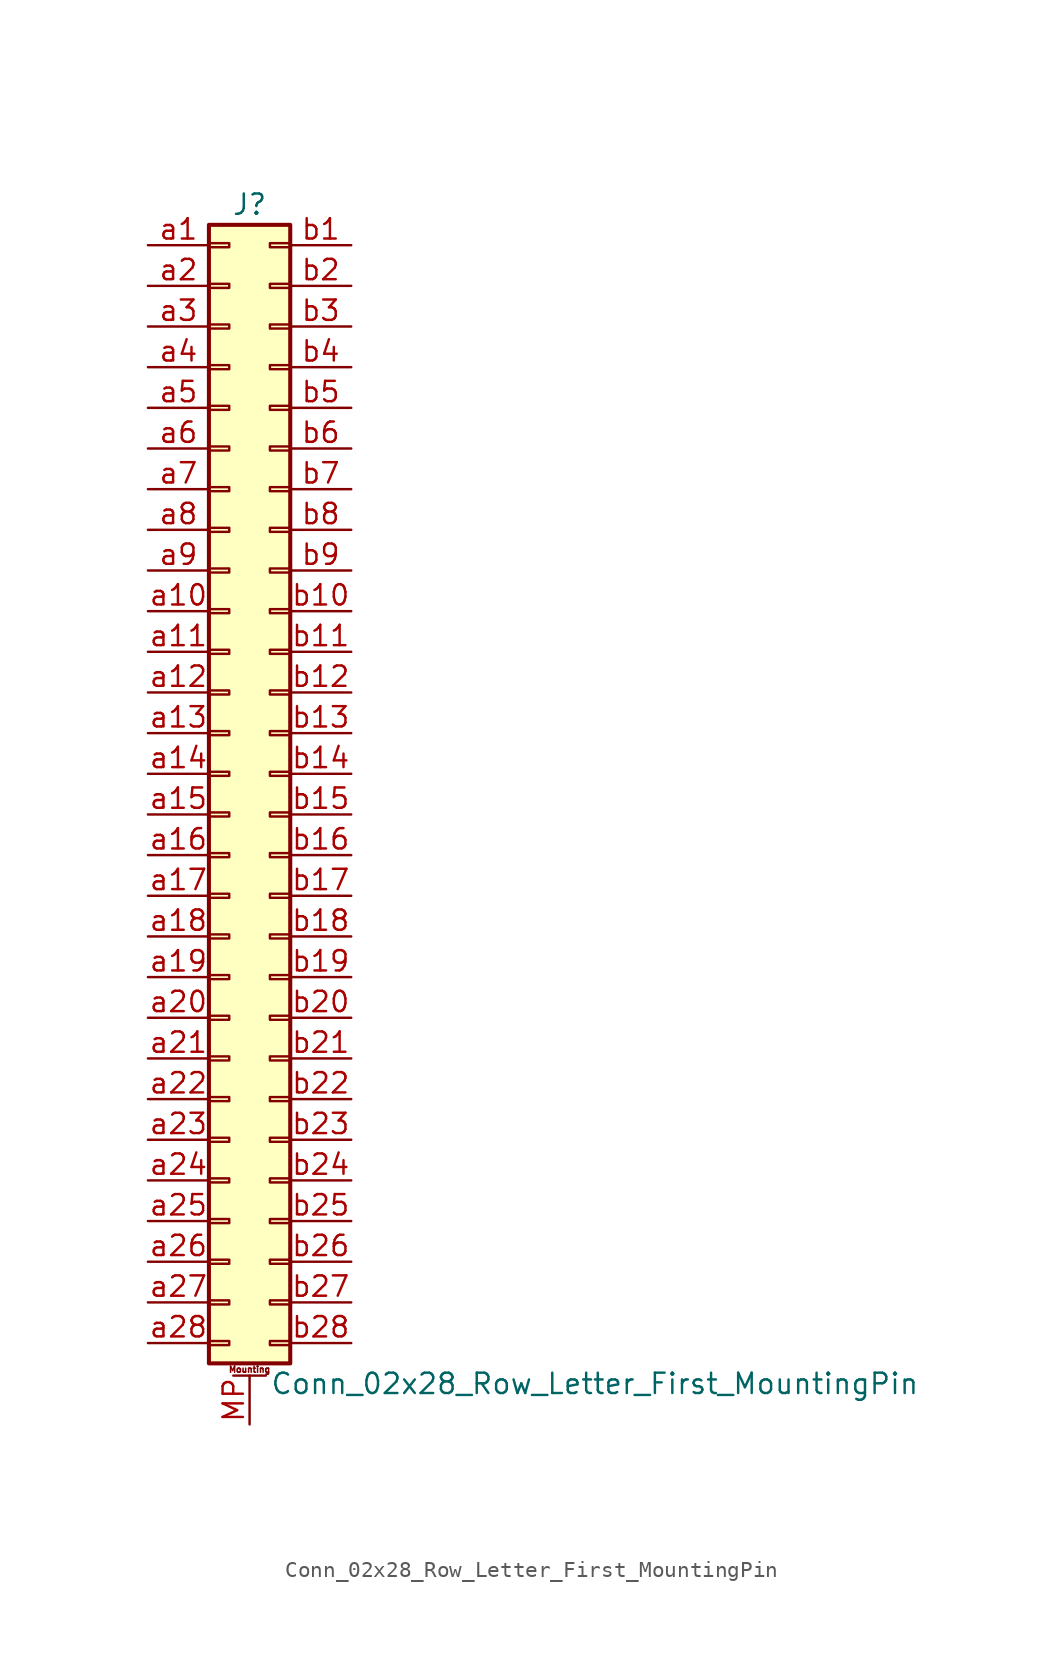
<source format=kicad_sym>
(kicad_symbol_lib
  (version 20201005)
  (generator kicad_symbol_editor)
  (symbol "Conn_02x28_Row_Letter_First_MountingPin"
    (pin_names
      (offset 1.016) hide)
    (property "Reference" "J"
      (at 1.27 35.56 0)
      (effects (font (size 1.27 1.27))))
    (property "Value" "Conn_02x28_Row_Letter_First_MountingPin"
      (at 2.54 -38.1 0)
      (effects (font (size 1.27 1.27)) (justify left)))
    (symbol "Conn_02x28_Row_Letter_First_MountingPin_1_1"
      (text "Mounting" (at 1.27 -37.211 0) (effects (font (size 0.381 0.381))))
      (rectangle (start -1.27 -35.433) (end 0 -35.687) (stroke (width 0.152)) (fill (type none)))
      (rectangle (start -1.27 -32.893) (end 0 -33.147) (stroke (width 0.152)) (fill (type none)))
      (rectangle (start -1.27 -30.353) (end 0 -30.607) (stroke (width 0.152)) (fill (type none)))
      (rectangle (start -1.27 -27.813) (end 0 -28.067) (stroke (width 0.152)) (fill (type none)))
      (rectangle (start -1.27 -25.273) (end 0 -25.527) (stroke (width 0.152)) (fill (type none)))
      (rectangle (start -1.27 -22.733) (end 0 -22.987) (stroke (width 0.152)) (fill (type none)))
      (rectangle (start -1.27 -20.193) (end 0 -20.447) (stroke (width 0.152)) (fill (type none)))
      (rectangle (start -1.27 -17.653) (end 0 -17.907) (stroke (width 0.152)) (fill (type none)))
      (rectangle (start -1.27 -15.113) (end 0 -15.367) (stroke (width 0.152)) (fill (type none)))
      (rectangle (start -1.27 -12.573) (end 0 -12.827) (stroke (width 0.152)) (fill (type none)))
      (rectangle (start -1.27 -10.033) (end 0 -10.287) (stroke (width 0.152)) (fill (type none)))
      (rectangle (start -1.27 -7.493) (end 0 -7.747) (stroke (width 0.152)) (fill (type none)))
      (rectangle (start -1.27 -4.953) (end 0 -5.207) (stroke (width 0.152)) (fill (type none)))
      (rectangle (start -1.27 -2.413) (end 0 -2.667) (stroke (width 0.152)) (fill (type none)))
      (rectangle (start -1.27 0.127) (end 0 -0.127) (stroke (width 0.152)) (fill (type none)))
      (rectangle (start -1.27 2.667) (end 0 2.413) (stroke (width 0.152)) (fill (type none)))
      (rectangle (start -1.27 5.207) (end 0 4.953) (stroke (width 0.152)) (fill (type none)))
      (rectangle (start -1.27 7.747) (end 0 7.493) (stroke (width 0.152)) (fill (type none)))
      (rectangle (start -1.27 10.287) (end 0 10.033) (stroke (width 0.152)) (fill (type none)))
      (rectangle (start -1.27 12.827) (end 0 12.573) (stroke (width 0.152)) (fill (type none)))
      (rectangle (start -1.27 15.367) (end 0 15.113) (stroke (width 0.152)) (fill (type none)))
      (rectangle (start -1.27 17.907) (end 0 17.653) (stroke (width 0.152)) (fill (type none)))
      (rectangle (start -1.27 20.447) (end 0 20.193) (stroke (width 0.152)) (fill (type none)))
      (rectangle (start -1.27 22.987) (end 0 22.733) (stroke (width 0.152)) (fill (type none)))
      (rectangle (start -1.27 25.527) (end 0 25.273) (stroke (width 0.152)) (fill (type none)))
      (rectangle (start -1.27 28.067) (end 0 27.813) (stroke (width 0.152)) (fill (type none)))
      (rectangle (start -1.27 30.607) (end 0 30.353) (stroke (width 0.152)) (fill (type none)))
      (rectangle (start -1.27 33.147) (end 0 32.893) (stroke (width 0.152)) (fill (type none)))
      (rectangle (start 3.81 -35.433) (end 2.54 -35.687) (stroke (width 0.152)) (fill (type none)))
      (rectangle (start 3.81 -32.893) (end 2.54 -33.147) (stroke (width 0.152)) (fill (type none)))
      (rectangle (start 3.81 -30.353) (end 2.54 -30.607) (stroke (width 0.152)) (fill (type none)))
      (rectangle (start 3.81 -27.813) (end 2.54 -28.067) (stroke (width 0.152)) (fill (type none)))
      (rectangle (start 3.81 -25.273) (end 2.54 -25.527) (stroke (width 0.152)) (fill (type none)))
      (rectangle (start 3.81 -22.733) (end 2.54 -22.987) (stroke (width 0.152)) (fill (type none)))
      (rectangle (start 3.81 -20.193) (end 2.54 -20.447) (stroke (width 0.152)) (fill (type none)))
      (rectangle (start 3.81 -17.653) (end 2.54 -17.907) (stroke (width 0.152)) (fill (type none)))
      (rectangle (start 3.81 -15.113) (end 2.54 -15.367) (stroke (width 0.152)) (fill (type none)))
      (rectangle (start 3.81 -12.573) (end 2.54 -12.827) (stroke (width 0.152)) (fill (type none)))
      (rectangle (start 3.81 -10.033) (end 2.54 -10.287) (stroke (width 0.152)) (fill (type none)))
      (rectangle (start 3.81 -7.493) (end 2.54 -7.747) (stroke (width 0.152)) (fill (type none)))
      (rectangle (start 3.81 -4.953) (end 2.54 -5.207) (stroke (width 0.152)) (fill (type none)))
      (rectangle (start 3.81 -2.413) (end 2.54 -2.667) (stroke (width 0.152)) (fill (type none)))
      (rectangle (start 3.81 0.127) (end 2.54 -0.127) (stroke (width 0.152)) (fill (type none)))
      (rectangle (start 3.81 2.667) (end 2.54 2.413) (stroke (width 0.152)) (fill (type none)))
      (rectangle (start 3.81 5.207) (end 2.54 4.953) (stroke (width 0.152)) (fill (type none)))
      (rectangle (start 3.81 7.747) (end 2.54 7.493) (stroke (width 0.152)) (fill (type none)))
      (rectangle (start 3.81 10.287) (end 2.54 10.033) (stroke (width 0.152)) (fill (type none)))
      (rectangle (start 3.81 12.827) (end 2.54 12.573) (stroke (width 0.152)) (fill (type none)))
      (rectangle (start 3.81 15.367) (end 2.54 15.113) (stroke (width 0.152)) (fill (type none)))
      (rectangle (start 3.81 17.907) (end 2.54 17.653) (stroke (width 0.152)) (fill (type none)))
      (rectangle (start 3.81 20.447) (end 2.54 20.193) (stroke (width 0.152)) (fill (type none)))
      (rectangle (start 3.81 22.987) (end 2.54 22.733) (stroke (width 0.152)) (fill (type none)))
      (rectangle (start 3.81 25.527) (end 2.54 25.273) (stroke (width 0.152)) (fill (type none)))
      (rectangle (start 3.81 28.067) (end 2.54 27.813) (stroke (width 0.152)) (fill (type none)))
      (rectangle (start 3.81 30.607) (end 2.54 30.353) (stroke (width 0.152)) (fill (type none)))
      (rectangle (start 3.81 33.147) (end 2.54 32.893) (stroke (width 0.152)) (fill (type none)))
      (rectangle (start -1.27 34.29) (end 3.81 -36.83) (stroke (width 0.254)) (fill (type background)))
      (polyline (pts (xy 0.254 -37.592) (xy 2.286 -37.592)) (stroke (width 0.152)) (fill (type none)))
      (pin passive line (at 1.27 -40.64 90) (length 3.048) (name "MountPin" (effects (font (size 1.27 1.27)))) (number "MP" (effects (font (size 1.27 1.27)))))
      (pin passive line (at -5.08 33.02 0) (length 3.81) (name "Pin_a1" (effects (font (size 1.27 1.27)))) (number "a1" (effects (font (size 1.27 1.27)))))
      (pin passive line (at -5.08 10.16 0) (length 3.81) (name "Pin_a10" (effects (font (size 1.27 1.27)))) (number "a10" (effects (font (size 1.27 1.27)))))
      (pin passive line (at -5.08 7.62 0) (length 3.81) (name "Pin_a11" (effects (font (size 1.27 1.27)))) (number "a11" (effects (font (size 1.27 1.27)))))
      (pin passive line (at -5.08 5.08 0) (length 3.81) (name "Pin_a12" (effects (font (size 1.27 1.27)))) (number "a12" (effects (font (size 1.27 1.27)))))
      (pin passive line (at -5.08 2.54 0) (length 3.81) (name "Pin_a13" (effects (font (size 1.27 1.27)))) (number "a13" (effects (font (size 1.27 1.27)))))
      (pin passive line (at -5.08 0 0) (length 3.81) (name "Pin_a14" (effects (font (size 1.27 1.27)))) (number "a14" (effects (font (size 1.27 1.27)))))
      (pin passive line (at -5.08 -2.54 0) (length 3.81) (name "Pin_a15" (effects (font (size 1.27 1.27)))) (number "a15" (effects (font (size 1.27 1.27)))))
      (pin passive line (at -5.08 -5.08 0) (length 3.81) (name "Pin_a16" (effects (font (size 1.27 1.27)))) (number "a16" (effects (font (size 1.27 1.27)))))
      (pin passive line (at -5.08 -7.62 0) (length 3.81) (name "Pin_a17" (effects (font (size 1.27 1.27)))) (number "a17" (effects (font (size 1.27 1.27)))))
      (pin passive line (at -5.08 -10.16 0) (length 3.81) (name "Pin_a18" (effects (font (size 1.27 1.27)))) (number "a18" (effects (font (size 1.27 1.27)))))
      (pin passive line (at -5.08 -12.7 0) (length 3.81) (name "Pin_a19" (effects (font (size 1.27 1.27)))) (number "a19" (effects (font (size 1.27 1.27)))))
      (pin passive line (at -5.08 30.48 0) (length 3.81) (name "Pin_a2" (effects (font (size 1.27 1.27)))) (number "a2" (effects (font (size 1.27 1.27)))))
      (pin passive line (at -5.08 -15.24 0) (length 3.81) (name "Pin_a20" (effects (font (size 1.27 1.27)))) (number "a20" (effects (font (size 1.27 1.27)))))
      (pin passive line (at -5.08 -17.78 0) (length 3.81) (name "Pin_a21" (effects (font (size 1.27 1.27)))) (number "a21" (effects (font (size 1.27 1.27)))))
      (pin passive line (at -5.08 -20.32 0) (length 3.81) (name "Pin_a22" (effects (font (size 1.27 1.27)))) (number "a22" (effects (font (size 1.27 1.27)))))
      (pin passive line (at -5.08 -22.86 0) (length 3.81) (name "Pin_a23" (effects (font (size 1.27 1.27)))) (number "a23" (effects (font (size 1.27 1.27)))))
      (pin passive line (at -5.08 -25.4 0) (length 3.81) (name "Pin_a24" (effects (font (size 1.27 1.27)))) (number "a24" (effects (font (size 1.27 1.27)))))
      (pin passive line (at -5.08 -27.94 0) (length 3.81) (name "Pin_a25" (effects (font (size 1.27 1.27)))) (number "a25" (effects (font (size 1.27 1.27)))))
      (pin passive line (at -5.08 -30.48 0) (length 3.81) (name "Pin_a26" (effects (font (size 1.27 1.27)))) (number "a26" (effects (font (size 1.27 1.27)))))
      (pin passive line (at -5.08 -33.02 0) (length 3.81) (name "Pin_a27" (effects (font (size 1.27 1.27)))) (number "a27" (effects (font (size 1.27 1.27)))))
      (pin passive line (at -5.08 -35.56 0) (length 3.81) (name "Pin_a28" (effects (font (size 1.27 1.27)))) (number "a28" (effects (font (size 1.27 1.27)))))
      (pin passive line (at -5.08 27.94 0) (length 3.81) (name "Pin_a3" (effects (font (size 1.27 1.27)))) (number "a3" (effects (font (size 1.27 1.27)))))
      (pin passive line (at -5.08 25.4 0) (length 3.81) (name "Pin_a4" (effects (font (size 1.27 1.27)))) (number "a4" (effects (font (size 1.27 1.27)))))
      (pin passive line (at -5.08 22.86 0) (length 3.81) (name "Pin_a5" (effects (font (size 1.27 1.27)))) (number "a5" (effects (font (size 1.27 1.27)))))
      (pin passive line (at -5.08 20.32 0) (length 3.81) (name "Pin_a6" (effects (font (size 1.27 1.27)))) (number "a6" (effects (font (size 1.27 1.27)))))
      (pin passive line (at -5.08 17.78 0) (length 3.81) (name "Pin_a7" (effects (font (size 1.27 1.27)))) (number "a7" (effects (font (size 1.27 1.27)))))
      (pin passive line (at -5.08 15.24 0) (length 3.81) (name "Pin_a8" (effects (font (size 1.27 1.27)))) (number "a8" (effects (font (size 1.27 1.27)))))
      (pin passive line (at -5.08 12.7 0) (length 3.81) (name "Pin_a9" (effects (font (size 1.27 1.27)))) (number "a9" (effects (font (size 1.27 1.27)))))
      (pin passive line (at 7.62 33.02 180) (length 3.81) (name "Pin_b1" (effects (font (size 1.27 1.27)))) (number "b1" (effects (font (size 1.27 1.27)))))
      (pin passive line (at 7.62 10.16 180) (length 3.81) (name "Pin_b10" (effects (font (size 1.27 1.27)))) (number "b10" (effects (font (size 1.27 1.27)))))
      (pin passive line (at 7.62 7.62 180) (length 3.81) (name "Pin_b11" (effects (font (size 1.27 1.27)))) (number "b11" (effects (font (size 1.27 1.27)))))
      (pin passive line (at 7.62 5.08 180) (length 3.81) (name "Pin_b12" (effects (font (size 1.27 1.27)))) (number "b12" (effects (font (size 1.27 1.27)))))
      (pin passive line (at 7.62 2.54 180) (length 3.81) (name "Pin_b13" (effects (font (size 1.27 1.27)))) (number "b13" (effects (font (size 1.27 1.27)))))
      (pin passive line (at 7.62 0 180) (length 3.81) (name "Pin_b14" (effects (font (size 1.27 1.27)))) (number "b14" (effects (font (size 1.27 1.27)))))
      (pin passive line (at 7.62 -2.54 180) (length 3.81) (name "Pin_b15" (effects (font (size 1.27 1.27)))) (number "b15" (effects (font (size 1.27 1.27)))))
      (pin passive line (at 7.62 -5.08 180) (length 3.81) (name "Pin_b16" (effects (font (size 1.27 1.27)))) (number "b16" (effects (font (size 1.27 1.27)))))
      (pin passive line (at 7.62 -7.62 180) (length 3.81) (name "Pin_b17" (effects (font (size 1.27 1.27)))) (number "b17" (effects (font (size 1.27 1.27)))))
      (pin passive line (at 7.62 -10.16 180) (length 3.81) (name "Pin_b18" (effects (font (size 1.27 1.27)))) (number "b18" (effects (font (size 1.27 1.27)))))
      (pin passive line (at 7.62 -12.7 180) (length 3.81) (name "Pin_b19" (effects (font (size 1.27 1.27)))) (number "b19" (effects (font (size 1.27 1.27)))))
      (pin passive line (at 7.62 30.48 180) (length 3.81) (name "Pin_b2" (effects (font (size 1.27 1.27)))) (number "b2" (effects (font (size 1.27 1.27)))))
      (pin passive line (at 7.62 -15.24 180) (length 3.81) (name "Pin_b20" (effects (font (size 1.27 1.27)))) (number "b20" (effects (font (size 1.27 1.27)))))
      (pin passive line (at 7.62 -17.78 180) (length 3.81) (name "Pin_b21" (effects (font (size 1.27 1.27)))) (number "b21" (effects (font (size 1.27 1.27)))))
      (pin passive line (at 7.62 -20.32 180) (length 3.81) (name "Pin_b22" (effects (font (size 1.27 1.27)))) (number "b22" (effects (font (size 1.27 1.27)))))
      (pin passive line (at 7.62 -22.86 180) (length 3.81) (name "Pin_b23" (effects (font (size 1.27 1.27)))) (number "b23" (effects (font (size 1.27 1.27)))))
      (pin passive line (at 7.62 -25.4 180) (length 3.81) (name "Pin_b24" (effects (font (size 1.27 1.27)))) (number "b24" (effects (font (size 1.27 1.27)))))
      (pin passive line (at 7.62 -27.94 180) (length 3.81) (name "Pin_b25" (effects (font (size 1.27 1.27)))) (number "b25" (effects (font (size 1.27 1.27)))))
      (pin passive line (at 7.62 -30.48 180) (length 3.81) (name "Pin_b26" (effects (font (size 1.27 1.27)))) (number "b26" (effects (font (size 1.27 1.27)))))
      (pin passive line (at 7.62 -33.02 180) (length 3.81) (name "Pin_b27" (effects (font (size 1.27 1.27)))) (number "b27" (effects (font (size 1.27 1.27)))))
      (pin passive line (at 7.62 -35.56 180) (length 3.81) (name "Pin_b28" (effects (font (size 1.27 1.27)))) (number "b28" (effects (font (size 1.27 1.27)))))
      (pin passive line (at 7.62 27.94 180) (length 3.81) (name "Pin_b3" (effects (font (size 1.27 1.27)))) (number "b3" (effects (font (size 1.27 1.27)))))
      (pin passive line (at 7.62 25.4 180) (length 3.81) (name "Pin_b4" (effects (font (size 1.27 1.27)))) (number "b4" (effects (font (size 1.27 1.27)))))
      (pin passive line (at 7.62 22.86 180) (length 3.81) (name "Pin_b5" (effects (font (size 1.27 1.27)))) (number "b5" (effects (font (size 1.27 1.27)))))
      (pin passive line (at 7.62 20.32 180) (length 3.81) (name "Pin_b6" (effects (font (size 1.27 1.27)))) (number "b6" (effects (font (size 1.27 1.27)))))
      (pin passive line (at 7.62 17.78 180) (length 3.81) (name "Pin_b7" (effects (font (size 1.27 1.27)))) (number "b7" (effects (font (size 1.27 1.27)))))
      (pin passive line (at 7.62 15.24 180) (length 3.81) (name "Pin_b8" (effects (font (size 1.27 1.27)))) (number "b8" (effects (font (size 1.27 1.27)))))
      (pin passive line (at 7.62 12.7 180) (length 3.81) (name "Pin_b9" (effects (font (size 1.27 1.27)))) (number "b9" (effects (font (size 1.27 1.27))))))))
</source>
